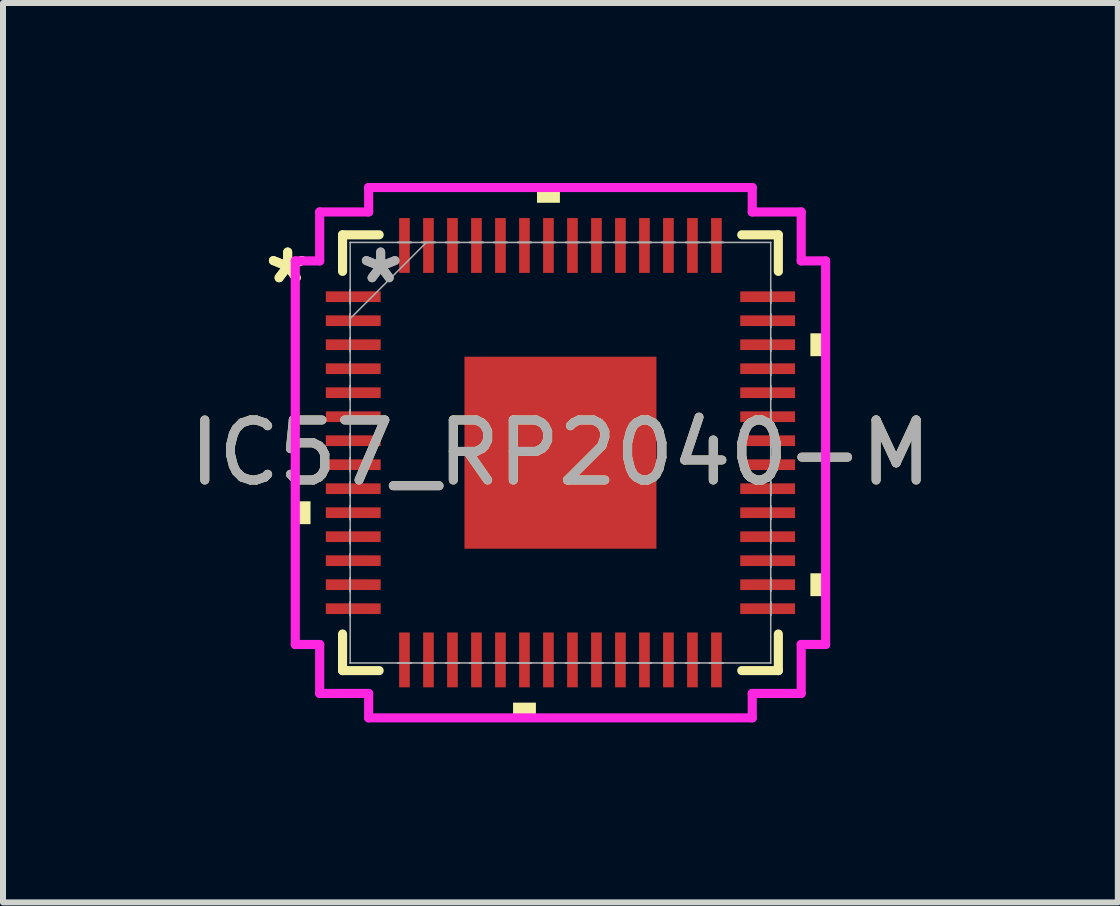
<source format=kicad_pcb>
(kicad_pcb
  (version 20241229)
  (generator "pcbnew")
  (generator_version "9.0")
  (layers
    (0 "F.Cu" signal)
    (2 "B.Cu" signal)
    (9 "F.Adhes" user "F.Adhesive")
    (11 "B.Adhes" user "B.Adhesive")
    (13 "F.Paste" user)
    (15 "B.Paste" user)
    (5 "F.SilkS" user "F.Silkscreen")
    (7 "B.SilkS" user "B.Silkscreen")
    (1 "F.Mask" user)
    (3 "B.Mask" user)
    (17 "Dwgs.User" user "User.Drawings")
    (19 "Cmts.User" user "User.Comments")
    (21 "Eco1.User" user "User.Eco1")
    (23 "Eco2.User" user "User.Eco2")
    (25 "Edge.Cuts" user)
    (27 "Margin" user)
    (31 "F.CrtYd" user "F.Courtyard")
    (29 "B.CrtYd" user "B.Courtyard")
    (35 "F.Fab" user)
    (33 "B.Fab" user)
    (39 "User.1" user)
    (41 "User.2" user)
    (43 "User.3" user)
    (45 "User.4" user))
  (footprint "IC57_RP2040-M"
    (layer "F.Cu")
    (at 6.292 4.496)
    (property "Reference" "IC57_RP2040-M" (at 0 0 0) (unlocked yes) (layer "F.SilkS") (effects (font (size 1 1) (thickness 0.15))))
    (attr smd)
    (fp_line (start -3.632 -3.632) (end -3.632 -3.022) (stroke (width 0.152) (type solid)) (layer "F.SilkS"))
    (fp_line (start -3.632 3.022) (end -3.632 3.632) (stroke (width 0.152) (type solid)) (layer "F.SilkS"))
    (fp_line (start -3.632 3.632) (end -3.022 3.632) (stroke (width 0.152) (type solid)) (layer "F.SilkS"))
    (fp_line (start -3.022 -3.632) (end -3.632 -3.632) (stroke (width 0.152) (type solid)) (layer "F.SilkS"))
    (fp_line (start 3.022 3.632) (end 3.632 3.632) (stroke (width 0.152) (type solid)) (layer "F.SilkS"))
    (fp_line (start 3.632 -3.632) (end 3.022 -3.632) (stroke (width 0.152) (type solid)) (layer "F.SilkS"))
    (fp_line (start 3.632 -3.022) (end 3.632 -3.632) (stroke (width 0.152) (type solid)) (layer "F.SilkS"))
    (fp_line (start 3.632 3.632) (end 3.632 3.022) (stroke (width 0.152) (type solid)) (layer "F.SilkS"))
    (fp_poly (pts (xy -4.42 0.81) (xy -4.42 1.191) (xy -4.166 1.191) (xy -4.166 0.81)) (stroke (width 0) (type solid)) (fill yes) (layer "F.SilkS"))
    (fp_poly (pts (xy -0.79 4.166) (xy -0.79 4.42) (xy -0.409 4.42) (xy -0.409 4.166)) (stroke (width 0) (type solid)) (fill yes) (layer "F.SilkS"))
    (fp_poly (pts (xy -0.391 -4.166) (xy -0.391 -4.42) (xy -0.009 -4.42) (xy -0.009 -4.166)) (stroke (width 0) (type solid)) (fill yes) (layer "F.SilkS"))
    (fp_poly (pts (xy 4.42 -1.99) (xy 4.42 -1.609) (xy 4.166 -1.609) (xy 4.166 -1.99)) (stroke (width 0) (type solid)) (fill yes) (layer "F.SilkS"))
    (fp_poly (pts (xy 4.42 2.01) (xy 4.42 2.391) (xy 4.166 2.391) (xy 4.166 2.01)) (stroke (width 0) (type solid)) (fill yes) (layer "F.SilkS"))
    (fp_poly (pts (xy -1.5 -1.5) (xy -1.5 -0.1) (xy -0.1 -0.1) (xy -0.1 -1.5)) (stroke (width 0) (type solid)) (fill yes) (layer "F.Paste"))
    (fp_poly (pts (xy -1.5 0.1) (xy -1.5 1.5) (xy -0.1 1.5) (xy -0.1 0.1)) (stroke (width 0) (type solid)) (fill yes) (layer "F.Paste"))
    (fp_poly (pts (xy 0.1 -1.5) (xy 0.1 -0.1) (xy 1.5 -0.1) (xy 1.5 -1.5)) (stroke (width 0) (type solid)) (fill yes) (layer "F.Paste"))
    (fp_poly (pts (xy 0.1 0.1) (xy 0.1 1.5) (xy 1.5 1.5) (xy 1.5 0.1)) (stroke (width 0) (type solid)) (fill yes) (layer "F.Paste"))
    (fp_line (start -4.42 -3.197) (end -4.013 -3.197) (stroke (width 0.152) (type solid)) (layer "F.CrtYd"))
    (fp_line (start -4.42 3.197) (end -4.42 -3.197) (stroke (width 0.152) (type solid)) (layer "F.CrtYd"))
    (fp_line (start -4.013 -4.013) (end -3.197 -4.013) (stroke (width 0.152) (type solid)) (layer "F.CrtYd"))
    (fp_line (start -4.013 -3.197) (end -4.013 -4.013) (stroke (width 0.152) (type solid)) (layer "F.CrtYd"))
    (fp_line (start -4.013 3.197) (end -4.42 3.197) (stroke (width 0.152) (type solid)) (layer "F.CrtYd"))
    (fp_line (start -4.013 4.013) (end -4.013 3.197) (stroke (width 0.152) (type solid)) (layer "F.CrtYd"))
    (fp_line (start -3.197 -4.42) (end 3.197 -4.42) (stroke (width 0.152) (type solid)) (layer "F.CrtYd"))
    (fp_line (start -3.197 -4.013) (end -3.197 -4.42) (stroke (width 0.152) (type solid)) (layer "F.CrtYd"))
    (fp_line (start -3.197 4.013) (end -4.013 4.013) (stroke (width 0.152) (type solid)) (layer "F.CrtYd"))
    (fp_line (start -3.197 4.42) (end -3.197 4.013) (stroke (width 0.152) (type solid)) (layer "F.CrtYd"))
    (fp_line (start 3.197 -4.42) (end 3.197 -4.013) (stroke (width 0.152) (type solid)) (layer "F.CrtYd"))
    (fp_line (start 3.197 -4.013) (end 4.013 -4.013) (stroke (width 0.152) (type solid)) (layer "F.CrtYd"))
    (fp_line (start 3.197 4.013) (end 3.197 4.42) (stroke (width 0.152) (type solid)) (layer "F.CrtYd"))
    (fp_line (start 3.197 4.42) (end -3.197 4.42) (stroke (width 0.152) (type solid)) (layer "F.CrtYd"))
    (fp_line (start 4.013 -4.013) (end 4.013 -3.197) (stroke (width 0.152) (type solid)) (layer "F.CrtYd"))
    (fp_line (start 4.013 -3.197) (end 4.42 -3.197) (stroke (width 0.152) (type solid)) (layer "F.CrtYd"))
    (fp_line (start 4.013 3.197) (end 4.013 4.013) (stroke (width 0.152) (type solid)) (layer "F.CrtYd"))
    (fp_line (start 4.013 4.013) (end 3.197 4.013) (stroke (width 0.152) (type solid)) (layer "F.CrtYd"))
    (fp_line (start 4.42 -3.197) (end 4.42 3.197) (stroke (width 0.152) (type solid)) (layer "F.CrtYd"))
    (fp_line (start 4.42 3.197) (end 4.013 3.197) (stroke (width 0.152) (type solid)) (layer "F.CrtYd"))
    (fp_line (start -3.505 -3.505) (end -3.505 -3.505) (stroke (width 0.025) (type solid)) (layer "F.Fab"))
    (fp_line (start -3.505 -3.505) (end -3.505 3.505) (stroke (width 0.025) (type solid)) (layer "F.Fab"))
    (fp_line (start -3.505 -2.714) (end -3.505 -2.714) (stroke (width 0.025) (type solid)) (layer "F.Fab"))
    (fp_line (start -3.505 -2.714) (end -3.505 -2.486) (stroke (width 0.025) (type solid)) (layer "F.Fab"))
    (fp_line (start -3.505 -2.486) (end -3.505 -2.714) (stroke (width 0.025) (type solid)) (layer "F.Fab"))
    (fp_line (start -3.505 -2.486) (end -3.505 -2.486) (stroke (width 0.025) (type solid)) (layer "F.Fab"))
    (fp_line (start -3.505 -2.314) (end -3.505 -2.314) (stroke (width 0.025) (type solid)) (layer "F.Fab"))
    (fp_line (start -3.505 -2.314) (end -3.505 -2.086) (stroke (width 0.025) (type solid)) (layer "F.Fab"))
    (fp_line (start -3.505 -2.235) (end -2.235 -3.505) (stroke (width 0.025) (type solid)) (layer "F.Fab"))
    (fp_line (start -3.505 -2.086) (end -3.505 -2.314) (stroke (width 0.025) (type solid)) (layer "F.Fab"))
    (fp_line (start -3.505 -2.086) (end -3.505 -2.086) (stroke (width 0.025) (type solid)) (layer "F.Fab"))
    (fp_line (start -3.505 -1.914) (end -3.505 -1.914) (stroke (width 0.025) (type solid)) (layer "F.Fab"))
    (fp_line (start -3.505 -1.914) (end -3.505 -1.686) (stroke (width 0.025) (type solid)) (layer "F.Fab"))
    (fp_line (start -3.505 -1.686) (end -3.505 -1.914) (stroke (width 0.025) (type solid)) (layer "F.Fab"))
    (fp_line (start -3.505 -1.686) (end -3.505 -1.686) (stroke (width 0.025) (type solid)) (layer "F.Fab"))
    (fp_line (start -3.505 -1.514) (end -3.505 -1.514) (stroke (width 0.025) (type solid)) (layer "F.Fab"))
    (fp_line (start -3.505 -1.514) (end -3.505 -1.286) (stroke (width 0.025) (type solid)) (layer "F.Fab"))
    (fp_line (start -3.505 -1.286) (end -3.505 -1.514) (stroke (width 0.025) (type solid)) (layer "F.Fab"))
    (fp_line (start -3.505 -1.286) (end -3.505 -1.286) (stroke (width 0.025) (type solid)) (layer "F.Fab"))
    (fp_line (start -3.505 -1.114) (end -3.505 -1.114) (stroke (width 0.025) (type solid)) (layer "F.Fab"))
    (fp_line (start -3.505 -1.114) (end -3.505 -0.886) (stroke (width 0.025) (type solid)) (layer "F.Fab"))
    (fp_line (start -3.505 -0.886) (end -3.505 -1.114) (stroke (width 0.025) (type solid)) (layer "F.Fab"))
    (fp_line (start -3.505 -0.886) (end -3.505 -0.886) (stroke (width 0.025) (type solid)) (layer "F.Fab"))
    (fp_line (start -3.505 -0.714) (end -3.505 -0.714) (stroke (width 0.025) (type solid)) (layer "F.Fab"))
    (fp_line (start -3.505 -0.714) (end -3.505 -0.486) (stroke (width 0.025) (type solid)) (layer "F.Fab"))
    (fp_line (start -3.505 -0.486) (end -3.505 -0.714) (stroke (width 0.025) (type solid)) (layer "F.Fab"))
    (fp_line (start -3.505 -0.486) (end -3.505 -0.486) (stroke (width 0.025) (type solid)) (layer "F.Fab"))
    (fp_line (start -3.505 -0.314) (end -3.505 -0.314) (stroke (width 0.025) (type solid)) (layer "F.Fab"))
    (fp_line (start -3.505 -0.314) (end -3.505 -0.086) (stroke (width 0.025) (type solid)) (layer "F.Fab"))
    (fp_line (start -3.505 -0.086) (end -3.505 -0.314) (stroke (width 0.025) (type solid)) (layer "F.Fab"))
    (fp_line (start -3.505 -0.086) (end -3.505 -0.086) (stroke (width 0.025) (type solid)) (layer "F.Fab"))
    (fp_line (start -3.505 0.086) (end -3.505 0.086) (stroke (width 0.025) (type solid)) (layer "F.Fab"))
    (fp_line (start -3.505 0.086) (end -3.505 0.314) (stroke (width 0.025) (type solid)) (layer "F.Fab"))
    (fp_line (start -3.505 0.314) (end -3.505 0.086) (stroke (width 0.025) (type solid)) (layer "F.Fab"))
    (fp_line (start -3.505 0.314) (end -3.505 0.314) (stroke (width 0.025) (type solid)) (layer "F.Fab"))
    (fp_line (start -3.505 0.486) (end -3.505 0.486) (stroke (width 0.025) (type solid)) (layer "F.Fab"))
    (fp_line (start -3.505 0.486) (end -3.505 0.714) (stroke (width 0.025) (type solid)) (layer "F.Fab"))
    (fp_line (start -3.505 0.714) (end -3.505 0.486) (stroke (width 0.025) (type solid)) (layer "F.Fab"))
    (fp_line (start -3.505 0.714) (end -3.505 0.714) (stroke (width 0.025) (type solid)) (layer "F.Fab"))
    (fp_line (start -3.505 0.886) (end -3.505 0.886) (stroke (width 0.025) (type solid)) (layer "F.Fab"))
    (fp_line (start -3.505 0.886) (end -3.505 1.114) (stroke (width 0.025) (type solid)) (layer "F.Fab"))
    (fp_line (start -3.505 1.114) (end -3.505 0.886) (stroke (width 0.025) (type solid)) (layer "F.Fab"))
    (fp_line (start -3.505 1.114) (end -3.505 1.114) (stroke (width 0.025) (type solid)) (layer "F.Fab"))
    (fp_line (start -3.505 1.286) (end -3.505 1.286) (stroke (width 0.025) (type solid)) (layer "F.Fab"))
    (fp_line (start -3.505 1.286) (end -3.505 1.514) (stroke (width 0.025) (type solid)) (layer "F.Fab"))
    (fp_line (start -3.505 1.514) (end -3.505 1.286) (stroke (width 0.025) (type solid)) (layer "F.Fab"))
    (fp_line (start -3.505 1.514) (end -3.505 1.514) (stroke (width 0.025) (type solid)) (layer "F.Fab"))
    (fp_line (start -3.505 1.686) (end -3.505 1.686) (stroke (width 0.025) (type solid)) (layer "F.Fab"))
    (fp_line (start -3.505 1.686) (end -3.505 1.914) (stroke (width 0.025) (type solid)) (layer "F.Fab"))
    (fp_line (start -3.505 1.914) (end -3.505 1.686) (stroke (width 0.025) (type solid)) (layer "F.Fab"))
    (fp_line (start -3.505 1.914) (end -3.505 1.914) (stroke (width 0.025) (type solid)) (layer "F.Fab"))
    (fp_line (start -3.505 2.086) (end -3.505 2.086) (stroke (width 0.025) (type solid)) (layer "F.Fab"))
    (fp_line (start -3.505 2.086) (end -3.505 2.314) (stroke (width 0.025) (type solid)) (layer "F.Fab"))
    (fp_line (start -3.505 2.314) (end -3.505 2.086) (stroke (width 0.025) (type solid)) (layer "F.Fab"))
    (fp_line (start -3.505 2.314) (end -3.505 2.314) (stroke (width 0.025) (type solid)) (layer "F.Fab"))
    (fp_line (start -3.505 2.486) (end -3.505 2.486) (stroke (width 0.025) (type solid)) (layer "F.Fab"))
    (fp_line (start -3.505 2.486) (end -3.505 2.714) (stroke (width 0.025) (type solid)) (layer "F.Fab"))
    (fp_line (start -3.505 2.714) (end -3.505 2.486) (stroke (width 0.025) (type solid)) (layer "F.Fab"))
    (fp_line (start -3.505 2.714) (end -3.505 2.714) (stroke (width 0.025) (type solid)) (layer "F.Fab"))
    (fp_line (start -3.505 3.505) (end -3.505 3.505) (stroke (width 0.025) (type solid)) (layer "F.Fab"))
    (fp_line (start -3.505 3.505) (end 3.505 3.505) (stroke (width 0.025) (type solid)) (layer "F.Fab"))
    (fp_line (start -2.714 -3.505) (end -2.714 -3.505) (stroke (width 0.025) (type solid)) (layer "F.Fab"))
    (fp_line (start -2.714 -3.505) (end -2.486 -3.505) (stroke (width 0.025) (type solid)) (layer "F.Fab"))
    (fp_line (start -2.714 3.505) (end -2.714 3.505) (stroke (width 0.025) (type solid)) (layer "F.Fab"))
    (fp_line (start -2.714 3.505) (end -2.486 3.505) (stroke (width 0.025) (type solid)) (layer "F.Fab"))
    (fp_line (start -2.486 -3.505) (end -2.714 -3.505) (stroke (width 0.025) (type solid)) (layer "F.Fab"))
    (fp_line (start -2.486 -3.505) (end -2.486 -3.505) (stroke (width 0.025) (type solid)) (layer "F.Fab"))
    (fp_line (start -2.486 3.505) (end -2.714 3.505) (stroke (width 0.025) (type solid)) (layer "F.Fab"))
    (fp_line (start -2.486 3.505) (end -2.486 3.505) (stroke (width 0.025) (type solid)) (layer "F.Fab"))
    (fp_line (start -2.314 -3.505) (end -2.314 -3.505) (stroke (width 0.025) (type solid)) (layer "F.Fab"))
    (fp_line (start -2.314 -3.505) (end -2.086 -3.505) (stroke (width 0.025) (type solid)) (layer "F.Fab"))
    (fp_line (start -2.314 3.505) (end -2.314 3.505) (stroke (width 0.025) (type solid)) (layer "F.Fab"))
    (fp_line (start -2.314 3.505) (end -2.086 3.505) (stroke (width 0.025) (type solid)) (layer "F.Fab"))
    (fp_line (start -2.086 -3.505) (end -2.314 -3.505) (stroke (width 0.025) (type solid)) (layer "F.Fab"))
    (fp_line (start -2.086 -3.505) (end -2.086 -3.505) (stroke (width 0.025) (type solid)) (layer "F.Fab"))
    (fp_line (start -2.086 3.505) (end -2.314 3.505) (stroke (width 0.025) (type solid)) (layer "F.Fab"))
    (fp_line (start -2.086 3.505) (end -2.086 3.505) (stroke (width 0.025) (type solid)) (layer "F.Fab"))
    (fp_line (start -1.914 -3.505) (end -1.914 -3.505) (stroke (width 0.025) (type solid)) (layer "F.Fab"))
    (fp_line (start -1.914 -3.505) (end -1.686 -3.505) (stroke (width 0.025) (type solid)) (layer "F.Fab"))
    (fp_line (start -1.914 3.505) (end -1.914 3.505) (stroke (width 0.025) (type solid)) (layer "F.Fab"))
    (fp_line (start -1.914 3.505) (end -1.686 3.505) (stroke (width 0.025) (type solid)) (layer "F.Fab"))
    (fp_line (start -1.686 -3.505) (end -1.914 -3.505) (stroke (width 0.025) (type solid)) (layer "F.Fab"))
    (fp_line (start -1.686 -3.505) (end -1.686 -3.505) (stroke (width 0.025) (type solid)) (layer "F.Fab"))
    (fp_line (start -1.686 3.505) (end -1.914 3.505) (stroke (width 0.025) (type solid)) (layer "F.Fab"))
    (fp_line (start -1.686 3.505) (end -1.686 3.505) (stroke (width 0.025) (type solid)) (layer "F.Fab"))
    (fp_line (start -1.514 -3.505) (end -1.514 -3.505) (stroke (width 0.025) (type solid)) (layer "F.Fab"))
    (fp_line (start -1.514 -3.505) (end -1.286 -3.505) (stroke (width 0.025) (type solid)) (layer "F.Fab"))
    (fp_line (start -1.514 3.505) (end -1.514 3.505) (stroke (width 0.025) (type solid)) (layer "F.Fab"))
    (fp_line (start -1.514 3.505) (end -1.286 3.505) (stroke (width 0.025) (type solid)) (layer "F.Fab"))
    (fp_line (start -1.286 -3.505) (end -1.514 -3.505) (stroke (width 0.025) (type solid)) (layer "F.Fab"))
    (fp_line (start -1.286 -3.505) (end -1.286 -3.505) (stroke (width 0.025) (type solid)) (layer "F.Fab"))
    (fp_line (start -1.286 3.505) (end -1.514 3.505) (stroke (width 0.025) (type solid)) (layer "F.Fab"))
    (fp_line (start -1.286 3.505) (end -1.286 3.505) (stroke (width 0.025) (type solid)) (layer "F.Fab"))
    (fp_line (start -1.114 -3.505) (end -1.114 -3.505) (stroke (width 0.025) (type solid)) (layer "F.Fab"))
    (fp_line (start -1.114 -3.505) (end -0.886 -3.505) (stroke (width 0.025) (type solid)) (layer "F.Fab"))
    (fp_line (start -1.114 3.505) (end -1.114 3.505) (stroke (width 0.025) (type solid)) (layer "F.Fab"))
    (fp_line (start -1.114 3.505) (end -0.886 3.505) (stroke (width 0.025) (type solid)) (layer "F.Fab"))
    (fp_line (start -0.886 -3.505) (end -1.114 -3.505) (stroke (width 0.025) (type solid)) (layer "F.Fab"))
    (fp_line (start -0.886 -3.505) (end -0.886 -3.505) (stroke (width 0.025) (type solid)) (layer "F.Fab"))
    (fp_line (start -0.886 3.505) (end -1.114 3.505) (stroke (width 0.025) (type solid)) (layer "F.Fab"))
    (fp_line (start -0.886 3.505) (end -0.886 3.505) (stroke (width 0.025) (type solid)) (layer "F.Fab"))
    (fp_line (start -0.714 -3.505) (end -0.714 -3.505) (stroke (width 0.025) (type solid)) (layer "F.Fab"))
    (fp_line (start -0.714 -3.505) (end -0.486 -3.505) (stroke (width 0.025) (type solid)) (layer "F.Fab"))
    (fp_line (start -0.714 3.505) (end -0.714 3.505) (stroke (width 0.025) (type solid)) (layer "F.Fab"))
    (fp_line (start -0.714 3.505) (end -0.486 3.505) (stroke (width 0.025) (type solid)) (layer "F.Fab"))
    (fp_line (start -0.486 -3.505) (end -0.714 -3.505) (stroke (width 0.025) (type solid)) (layer "F.Fab"))
    (fp_line (start -0.486 -3.505) (end -0.486 -3.505) (stroke (width 0.025) (type solid)) (layer "F.Fab"))
    (fp_line (start -0.486 3.505) (end -0.714 3.505) (stroke (width 0.025) (type solid)) (layer "F.Fab"))
    (fp_line (start -0.486 3.505) (end -0.486 3.505) (stroke (width 0.025) (type solid)) (layer "F.Fab"))
    (fp_line (start -0.314 -3.505) (end -0.314 -3.505) (stroke (width 0.025) (type solid)) (layer "F.Fab"))
    (fp_line (start -0.314 -3.505) (end -0.086 -3.505) (stroke (width 0.025) (type solid)) (layer "F.Fab"))
    (fp_line (start -0.314 3.505) (end -0.314 3.505) (stroke (width 0.025) (type solid)) (layer "F.Fab"))
    (fp_line (start -0.314 3.505) (end -0.086 3.505) (stroke (width 0.025) (type solid)) (layer "F.Fab"))
    (fp_line (start -0.086 -3.505) (end -0.314 -3.505) (stroke (width 0.025) (type solid)) (layer "F.Fab"))
    (fp_line (start -0.086 -3.505) (end -0.086 -3.505) (stroke (width 0.025) (type solid)) (layer "F.Fab"))
    (fp_line (start -0.086 3.505) (end -0.314 3.505) (stroke (width 0.025) (type solid)) (layer "F.Fab"))
    (fp_line (start -0.086 3.505) (end -0.086 3.505) (stroke (width 0.025) (type solid)) (layer "F.Fab"))
    (fp_line (start 0.086 -3.505) (end 0.086 -3.505) (stroke (width 0.025) (type solid)) (layer "F.Fab"))
    (fp_line (start 0.086 -3.505) (end 0.314 -3.505) (stroke (width 0.025) (type solid)) (layer "F.Fab"))
    (fp_line (start 0.086 3.505) (end 0.086 3.505) (stroke (width 0.025) (type solid)) (layer "F.Fab"))
    (fp_line (start 0.086 3.505) (end 0.314 3.505) (stroke (width 0.025) (type solid)) (layer "F.Fab"))
    (fp_line (start 0.314 -3.505) (end 0.086 -3.505) (stroke (width 0.025) (type solid)) (layer "F.Fab"))
    (fp_line (start 0.314 -3.505) (end 0.314 -3.505) (stroke (width 0.025) (type solid)) (layer "F.Fab"))
    (fp_line (start 0.314 3.505) (end 0.086 3.505) (stroke (width 0.025) (type solid)) (layer "F.Fab"))
    (fp_line (start 0.314 3.505) (end 0.314 3.505) (stroke (width 0.025) (type solid)) (layer "F.Fab"))
    (fp_line (start 0.486 -3.505) (end 0.486 -3.505) (stroke (width 0.025) (type solid)) (layer "F.Fab"))
    (fp_line (start 0.486 -3.505) (end 0.714 -3.505) (stroke (width 0.025) (type solid)) (layer "F.Fab"))
    (fp_line (start 0.486 3.505) (end 0.486 3.505) (stroke (width 0.025) (type solid)) (layer "F.Fab"))
    (fp_line (start 0.486 3.505) (end 0.714 3.505) (stroke (width 0.025) (type solid)) (layer "F.Fab"))
    (fp_line (start 0.714 -3.505) (end 0.486 -3.505) (stroke (width 0.025) (type solid)) (layer "F.Fab"))
    (fp_line (start 0.714 -3.505) (end 0.714 -3.505) (stroke (width 0.025) (type solid)) (layer "F.Fab"))
    (fp_line (start 0.714 3.505) (end 0.486 3.505) (stroke (width 0.025) (type solid)) (layer "F.Fab"))
    (fp_line (start 0.714 3.505) (end 0.714 3.505) (stroke (width 0.025) (type solid)) (layer "F.Fab"))
    (fp_line (start 0.886 -3.505) (end 0.886 -3.505) (stroke (width 0.025) (type solid)) (layer "F.Fab"))
    (fp_line (start 0.886 -3.505) (end 1.114 -3.505) (stroke (width 0.025) (type solid)) (layer "F.Fab"))
    (fp_line (start 0.886 3.505) (end 0.886 3.505) (stroke (width 0.025) (type solid)) (layer "F.Fab"))
    (fp_line (start 0.886 3.505) (end 1.114 3.505) (stroke (width 0.025) (type solid)) (layer "F.Fab"))
    (fp_line (start 1.114 -3.505) (end 0.886 -3.505) (stroke (width 0.025) (type solid)) (layer "F.Fab"))
    (fp_line (start 1.114 -3.505) (end 1.114 -3.505) (stroke (width 0.025) (type solid)) (layer "F.Fab"))
    (fp_line (start 1.114 3.505) (end 0.886 3.505) (stroke (width 0.025) (type solid)) (layer "F.Fab"))
    (fp_line (start 1.114 3.505) (end 1.114 3.505) (stroke (width 0.025) (type solid)) (layer "F.Fab"))
    (fp_line (start 1.286 -3.505) (end 1.286 -3.505) (stroke (width 0.025) (type solid)) (layer "F.Fab"))
    (fp_line (start 1.286 -3.505) (end 1.514 -3.505) (stroke (width 0.025) (type solid)) (layer "F.Fab"))
    (fp_line (start 1.286 3.505) (end 1.286 3.505) (stroke (width 0.025) (type solid)) (layer "F.Fab"))
    (fp_line (start 1.286 3.505) (end 1.514 3.505) (stroke (width 0.025) (type solid)) (layer "F.Fab"))
    (fp_line (start 1.514 -3.505) (end 1.286 -3.505) (stroke (width 0.025) (type solid)) (layer "F.Fab"))
    (fp_line (start 1.514 -3.505) (end 1.514 -3.505) (stroke (width 0.025) (type solid)) (layer "F.Fab"))
    (fp_line (start 1.514 3.505) (end 1.286 3.505) (stroke (width 0.025) (type solid)) (layer "F.Fab"))
    (fp_line (start 1.514 3.505) (end 1.514 3.505) (stroke (width 0.025) (type solid)) (layer "F.Fab"))
    (fp_line (start 1.686 -3.505) (end 1.686 -3.505) (stroke (width 0.025) (type solid)) (layer "F.Fab"))
    (fp_line (start 1.686 -3.505) (end 1.914 -3.505) (stroke (width 0.025) (type solid)) (layer "F.Fab"))
    (fp_line (start 1.686 3.505) (end 1.686 3.505) (stroke (width 0.025) (type solid)) (layer "F.Fab"))
    (fp_line (start 1.686 3.505) (end 1.914 3.505) (stroke (width 0.025) (type solid)) (layer "F.Fab"))
    (fp_line (start 1.914 -3.505) (end 1.686 -3.505) (stroke (width 0.025) (type solid)) (layer "F.Fab"))
    (fp_line (start 1.914 -3.505) (end 1.914 -3.505) (stroke (width 0.025) (type solid)) (layer "F.Fab"))
    (fp_line (start 1.914 3.505) (end 1.686 3.505) (stroke (width 0.025) (type solid)) (layer "F.Fab"))
    (fp_line (start 1.914 3.505) (end 1.914 3.505) (stroke (width 0.025) (type solid)) (layer "F.Fab"))
    (fp_line (start 2.086 -3.505) (end 2.086 -3.505) (stroke (width 0.025) (type solid)) (layer "F.Fab"))
    (fp_line (start 2.086 -3.505) (end 2.314 -3.505) (stroke (width 0.025) (type solid)) (layer "F.Fab"))
    (fp_line (start 2.086 3.505) (end 2.086 3.505) (stroke (width 0.025) (type solid)) (layer "F.Fab"))
    (fp_line (start 2.086 3.505) (end 2.314 3.505) (stroke (width 0.025) (type solid)) (layer "F.Fab"))
    (fp_line (start 2.314 -3.505) (end 2.086 -3.505) (stroke (width 0.025) (type solid)) (layer "F.Fab"))
    (fp_line (start 2.314 -3.505) (end 2.314 -3.505) (stroke (width 0.025) (type solid)) (layer "F.Fab"))
    (fp_line (start 2.314 3.505) (end 2.086 3.505) (stroke (width 0.025) (type solid)) (layer "F.Fab"))
    (fp_line (start 2.314 3.505) (end 2.314 3.505) (stroke (width 0.025) (type solid)) (layer "F.Fab"))
    (fp_line (start 2.486 -3.505) (end 2.486 -3.505) (stroke (width 0.025) (type solid)) (layer "F.Fab"))
    (fp_line (start 2.486 -3.505) (end 2.714 -3.505) (stroke (width 0.025) (type solid)) (layer "F.Fab"))
    (fp_line (start 2.486 3.505) (end 2.486 3.505) (stroke (width 0.025) (type solid)) (layer "F.Fab"))
    (fp_line (start 2.486 3.505) (end 2.714 3.505) (stroke (width 0.025) (type solid)) (layer "F.Fab"))
    (fp_line (start 2.714 -3.505) (end 2.486 -3.505) (stroke (width 0.025) (type solid)) (layer "F.Fab"))
    (fp_line (start 2.714 -3.505) (end 2.714 -3.505) (stroke (width 0.025) (type solid)) (layer "F.Fab"))
    (fp_line (start 2.714 3.505) (end 2.486 3.505) (stroke (width 0.025) (type solid)) (layer "F.Fab"))
    (fp_line (start 2.714 3.505) (end 2.714 3.505) (stroke (width 0.025) (type solid)) (layer "F.Fab"))
    (fp_line (start 3.505 -3.505) (end -3.505 -3.505) (stroke (width 0.025) (type solid)) (layer "F.Fab"))
    (fp_line (start 3.505 -3.505) (end 3.505 -3.505) (stroke (width 0.025) (type solid)) (layer "F.Fab"))
    (fp_line (start 3.505 -2.714) (end 3.505 -2.714) (stroke (width 0.025) (type solid)) (layer "F.Fab"))
    (fp_line (start 3.505 -2.714) (end 3.505 -2.486) (stroke (width 0.025) (type solid)) (layer "F.Fab"))
    (fp_line (start 3.505 -2.486) (end 3.505 -2.714) (stroke (width 0.025) (type solid)) (layer "F.Fab"))
    (fp_line (start 3.505 -2.486) (end 3.505 -2.486) (stroke (width 0.025) (type solid)) (layer "F.Fab"))
    (fp_line (start 3.505 -2.314) (end 3.505 -2.314) (stroke (width 0.025) (type solid)) (layer "F.Fab"))
    (fp_line (start 3.505 -2.314) (end 3.505 -2.086) (stroke (width 0.025) (type solid)) (layer "F.Fab"))
    (fp_line (start 3.505 -2.086) (end 3.505 -2.314) (stroke (width 0.025) (type solid)) (layer "F.Fab"))
    (fp_line (start 3.505 -2.086) (end 3.505 -2.086) (stroke (width 0.025) (type solid)) (layer "F.Fab"))
    (fp_line (start 3.505 -1.914) (end 3.505 -1.914) (stroke (width 0.025) (type solid)) (layer "F.Fab"))
    (fp_line (start 3.505 -1.914) (end 3.505 -1.686) (stroke (width 0.025) (type solid)) (layer "F.Fab"))
    (fp_line (start 3.505 -1.686) (end 3.505 -1.914) (stroke (width 0.025) (type solid)) (layer "F.Fab"))
    (fp_line (start 3.505 -1.686) (end 3.505 -1.686) (stroke (width 0.025) (type solid)) (layer "F.Fab"))
    (fp_line (start 3.505 -1.514) (end 3.505 -1.514) (stroke (width 0.025) (type solid)) (layer "F.Fab"))
    (fp_line (start 3.505 -1.514) (end 3.505 -1.286) (stroke (width 0.025) (type solid)) (layer "F.Fab"))
    (fp_line (start 3.505 -1.286) (end 3.505 -1.514) (stroke (width 0.025) (type solid)) (layer "F.Fab"))
    (fp_line (start 3.505 -1.286) (end 3.505 -1.286) (stroke (width 0.025) (type solid)) (layer "F.Fab"))
    (fp_line (start 3.505 -1.114) (end 3.505 -1.114) (stroke (width 0.025) (type solid)) (layer "F.Fab"))
    (fp_line (start 3.505 -1.114) (end 3.505 -0.886) (stroke (width 0.025) (type solid)) (layer "F.Fab"))
    (fp_line (start 3.505 -0.886) (end 3.505 -1.114) (stroke (width 0.025) (type solid)) (layer "F.Fab"))
    (fp_line (start 3.505 -0.886) (end 3.505 -0.886) (stroke (width 0.025) (type solid)) (layer "F.Fab"))
    (fp_line (start 3.505 -0.714) (end 3.505 -0.714) (stroke (width 0.025) (type solid)) (layer "F.Fab"))
    (fp_line (start 3.505 -0.714) (end 3.505 -0.486) (stroke (width 0.025) (type solid)) (layer "F.Fab"))
    (fp_line (start 3.505 -0.486) (end 3.505 -0.714) (stroke (width 0.025) (type solid)) (layer "F.Fab"))
    (fp_line (start 3.505 -0.486) (end 3.505 -0.486) (stroke (width 0.025) (type solid)) (layer "F.Fab"))
    (fp_line (start 3.505 -0.314) (end 3.505 -0.314) (stroke (width 0.025) (type solid)) (layer "F.Fab"))
    (fp_line (start 3.505 -0.314) (end 3.505 -0.086) (stroke (width 0.025) (type solid)) (layer "F.Fab"))
    (fp_line (start 3.505 -0.086) (end 3.505 -0.314) (stroke (width 0.025) (type solid)) (layer "F.Fab"))
    (fp_line (start 3.505 -0.086) (end 3.505 -0.086) (stroke (width 0.025) (type solid)) (layer "F.Fab"))
    (fp_line (start 3.505 0.086) (end 3.505 0.086) (stroke (width 0.025) (type solid)) (layer "F.Fab"))
    (fp_line (start 3.505 0.086) (end 3.505 0.314) (stroke (width 0.025) (type solid)) (layer "F.Fab"))
    (fp_line (start 3.505 0.314) (end 3.505 0.086) (stroke (width 0.025) (type solid)) (layer "F.Fab"))
    (fp_line (start 3.505 0.314) (end 3.505 0.314) (stroke (width 0.025) (type solid)) (layer "F.Fab"))
    (fp_line (start 3.505 0.486) (end 3.505 0.486) (stroke (width 0.025) (type solid)) (layer "F.Fab"))
    (fp_line (start 3.505 0.486) (end 3.505 0.714) (stroke (width 0.025) (type solid)) (layer "F.Fab"))
    (fp_line (start 3.505 0.714) (end 3.505 0.486) (stroke (width 0.025) (type solid)) (layer "F.Fab"))
    (fp_line (start 3.505 0.714) (end 3.505 0.714) (stroke (width 0.025) (type solid)) (layer "F.Fab"))
    (fp_line (start 3.505 0.886) (end 3.505 0.886) (stroke (width 0.025) (type solid)) (layer "F.Fab"))
    (fp_line (start 3.505 0.886) (end 3.505 1.114) (stroke (width 0.025) (type solid)) (layer "F.Fab"))
    (fp_line (start 3.505 1.114) (end 3.505 0.886) (stroke (width 0.025) (type solid)) (layer "F.Fab"))
    (fp_line (start 3.505 1.114) (end 3.505 1.114) (stroke (width 0.025) (type solid)) (layer "F.Fab"))
    (fp_line (start 3.505 1.286) (end 3.505 1.286) (stroke (width 0.025) (type solid)) (layer "F.Fab"))
    (fp_line (start 3.505 1.286) (end 3.505 1.514) (stroke (width 0.025) (type solid)) (layer "F.Fab"))
    (fp_line (start 3.505 1.514) (end 3.505 1.286) (stroke (width 0.025) (type solid)) (layer "F.Fab"))
    (fp_line (start 3.505 1.514) (end 3.505 1.514) (stroke (width 0.025) (type solid)) (layer "F.Fab"))
    (fp_line (start 3.505 1.686) (end 3.505 1.686) (stroke (width 0.025) (type solid)) (layer "F.Fab"))
    (fp_line (start 3.505 1.686) (end 3.505 1.914) (stroke (width 0.025) (type solid)) (layer "F.Fab"))
    (fp_line (start 3.505 1.914) (end 3.505 1.686) (stroke (width 0.025) (type solid)) (layer "F.Fab"))
    (fp_line (start 3.505 1.914) (end 3.505 1.914) (stroke (width 0.025) (type solid)) (layer "F.Fab"))
    (fp_line (start 3.505 2.086) (end 3.505 2.086) (stroke (width 0.025) (type solid)) (layer "F.Fab"))
    (fp_line (start 3.505 2.086) (end 3.505 2.314) (stroke (width 0.025) (type solid)) (layer "F.Fab"))
    (fp_line (start 3.505 2.314) (end 3.505 2.086) (stroke (width 0.025) (type solid)) (layer "F.Fab"))
    (fp_line (start 3.505 2.314) (end 3.505 2.314) (stroke (width 0.025) (type solid)) (layer "F.Fab"))
    (fp_line (start 3.505 2.486) (end 3.505 2.486) (stroke (width 0.025) (type solid)) (layer "F.Fab"))
    (fp_line (start 3.505 2.486) (end 3.505 2.714) (stroke (width 0.025) (type solid)) (layer "F.Fab"))
    (fp_line (start 3.505 2.714) (end 3.505 2.486) (stroke (width 0.025) (type solid)) (layer "F.Fab"))
    (fp_line (start 3.505 2.714) (end 3.505 2.714) (stroke (width 0.025) (type solid)) (layer "F.Fab"))
    (fp_line (start 3.505 3.505) (end 3.505 -3.505) (stroke (width 0.025) (type solid)) (layer "F.Fab"))
    (fp_line (start 3.505 3.505) (end 3.505 3.505) (stroke (width 0.025) (type solid)) (layer "F.Fab"))
    (fp_text user "*" (at -4.547 -2.8 0) (unlocked yes) (layer "F.SilkS") (effects (font (size 1 1) (thickness 0.15))))
    (fp_text user "*" (at -4.547 -2.8 0) (layer "F.SilkS") (effects (font (size 1 1) (thickness 0.15))))
    (fp_text user "*" (at -2.997 -2.8 0) (unlocked yes) (layer "F.Fab") (effects (font (size 1 1) (thickness 0.15))))
    (fp_text user "${REFERENCE}" (at 0 0 0) (unlocked yes) (layer "F.Fab") (effects (font (size 1 1) (thickness 0.15))))
    (fp_text user "*" (at -2.997 -2.8 0) (layer "F.Fab") (effects (font (size 1 1) (thickness 0.15))))
    (pad "1" smd rect (at -3.454 -2.6 90) (size 0.178 0.914) (layers "F.Cu" "F.Mask" "F.Paste"))
    (pad "2" smd rect (at -3.454 -2.2 90) (size 0.178 0.914) (layers "F.Cu" "F.Mask" "F.Paste"))
    (pad "3" smd rect (at -3.454 -1.8 90) (size 0.178 0.914) (layers "F.Cu" "F.Mask" "F.Paste"))
    (pad "4" smd rect (at -3.454 -1.4 90) (size 0.178 0.914) (layers "F.Cu" "F.Mask" "F.Paste"))
    (pad "5" smd rect (at -3.454 -1 90) (size 0.178 0.914) (layers "F.Cu" "F.Mask" "F.Paste"))
    (pad "6" smd rect (at -3.454 -0.6 90) (size 0.178 0.914) (layers "F.Cu" "F.Mask" "F.Paste"))
    (pad "7" smd rect (at -3.454 -0.2 90) (size 0.178 0.914) (layers "F.Cu" "F.Mask" "F.Paste"))
    (pad "8" smd rect (at -3.454 0.2 90) (size 0.178 0.914) (layers "F.Cu" "F.Mask" "F.Paste"))
    (pad "9" smd rect (at -3.454 0.6 90) (size 0.178 0.914) (layers "F.Cu" "F.Mask" "F.Paste"))
    (pad "10" smd rect (at -3.454 1 90) (size 0.178 0.914) (layers "F.Cu" "F.Mask" "F.Paste"))
    (pad "11" smd rect (at -3.454 1.4 90) (size 0.178 0.914) (layers "F.Cu" "F.Mask" "F.Paste"))
    (pad "12" smd rect (at -3.454 1.8 90) (size 0.178 0.914) (layers "F.Cu" "F.Mask" "F.Paste"))
    (pad "13" smd rect (at -3.454 2.2 90) (size 0.178 0.914) (layers "F.Cu" "F.Mask" "F.Paste"))
    (pad "14" smd rect (at -3.454 2.6 90) (size 0.178 0.914) (layers "F.Cu" "F.Mask" "F.Paste"))
    (pad "15" smd rect (at -2.6 3.454) (size 0.178 0.914) (layers "F.Cu" "F.Mask" "F.Paste"))
    (pad "16" smd rect (at -2.2 3.454) (size 0.178 0.914) (layers "F.Cu" "F.Mask" "F.Paste"))
    (pad "17" smd rect (at -1.8 3.454) (size 0.178 0.914) (layers "F.Cu" "F.Mask" "F.Paste"))
    (pad "18" smd rect (at -1.4 3.454) (size 0.178 0.914) (layers "F.Cu" "F.Mask" "F.Paste"))
    (pad "19" smd rect (at -1 3.454) (size 0.178 0.914) (layers "F.Cu" "F.Mask" "F.Paste"))
    (pad "20" smd rect (at -0.6 3.454) (size 0.178 0.914) (layers "F.Cu" "F.Mask" "F.Paste"))
    (pad "21" smd rect (at -0.2 3.454) (size 0.178 0.914) (layers "F.Cu" "F.Mask" "F.Paste"))
    (pad "22" smd rect (at 0.2 3.454) (size 0.178 0.914) (layers "F.Cu" "F.Mask" "F.Paste"))
    (pad "23" smd rect (at 0.6 3.454) (size 0.178 0.914) (layers "F.Cu" "F.Mask" "F.Paste"))
    (pad "24" smd rect (at 1 3.454) (size 0.178 0.914) (layers "F.Cu" "F.Mask" "F.Paste"))
    (pad "25" smd rect (at 1.4 3.454) (size 0.178 0.914) (layers "F.Cu" "F.Mask" "F.Paste"))
    (pad "26" smd rect (at 1.8 3.454) (size 0.178 0.914) (layers "F.Cu" "F.Mask" "F.Paste"))
    (pad "27" smd rect (at 2.2 3.454) (size 0.178 0.914) (layers "F.Cu" "F.Mask" "F.Paste"))
    (pad "28" smd rect (at 2.6 3.454) (size 0.178 0.914) (layers "F.Cu" "F.Mask" "F.Paste"))
    (pad "29" smd rect (at 3.454 2.6 90) (size 0.178 0.914) (layers "F.Cu" "F.Mask" "F.Paste"))
    (pad "30" smd rect (at 3.454 2.2 90) (size 0.178 0.914) (layers "F.Cu" "F.Mask" "F.Paste"))
    (pad "31" smd rect (at 3.454 1.8 90) (size 0.178 0.914) (layers "F.Cu" "F.Mask" "F.Paste"))
    (pad "32" smd rect (at 3.454 1.4 90) (size 0.178 0.914) (layers "F.Cu" "F.Mask" "F.Paste"))
    (pad "33" smd rect (at 3.454 1 90) (size 0.178 0.914) (layers "F.Cu" "F.Mask" "F.Paste"))
    (pad "34" smd rect (at 3.454 0.6 90) (size 0.178 0.914) (layers "F.Cu" "F.Mask" "F.Paste"))
    (pad "35" smd rect (at 3.454 0.2 90) (size 0.178 0.914) (layers "F.Cu" "F.Mask" "F.Paste"))
    (pad "36" smd rect (at 3.454 -0.2 90) (size 0.178 0.914) (layers "F.Cu" "F.Mask" "F.Paste"))
    (pad "37" smd rect (at 3.454 -0.6 90) (size 0.178 0.914) (layers "F.Cu" "F.Mask" "F.Paste"))
    (pad "38" smd rect (at 3.454 -1 90) (size 0.178 0.914) (layers "F.Cu" "F.Mask" "F.Paste"))
    (pad "39" smd rect (at 3.454 -1.4 90) (size 0.178 0.914) (layers "F.Cu" "F.Mask" "F.Paste"))
    (pad "40" smd rect (at 3.454 -1.8 90) (size 0.178 0.914) (layers "F.Cu" "F.Mask" "F.Paste"))
    (pad "41" smd rect (at 3.454 -2.2 90) (size 0.178 0.914) (layers "F.Cu" "F.Mask" "F.Paste"))
    (pad "42" smd rect (at 3.454 -2.6 90) (size 0.178 0.914) (layers "F.Cu" "F.Mask" "F.Paste"))
    (pad "43" smd rect (at 2.6 -3.454) (size 0.178 0.914) (layers "F.Cu" "F.Mask" "F.Paste"))
    (pad "44" smd rect (at 2.2 -3.454) (size 0.178 0.914) (layers "F.Cu" "F.Mask" "F.Paste"))
    (pad "45" smd rect (at 1.8 -3.454) (size 0.178 0.914) (layers "F.Cu" "F.Mask" "F.Paste"))
    (pad "46" smd rect (at 1.4 -3.454) (size 0.178 0.914) (layers "F.Cu" "F.Mask" "F.Paste"))
    (pad "47" smd rect (at 1 -3.454) (size 0.178 0.914) (layers "F.Cu" "F.Mask" "F.Paste"))
    (pad "48" smd rect (at 0.6 -3.454) (size 0.178 0.914) (layers "F.Cu" "F.Mask" "F.Paste"))
    (pad "49" smd rect (at 0.2 -3.454) (size 0.178 0.914) (layers "F.Cu" "F.Mask" "F.Paste"))
    (pad "50" smd rect (at -0.2 -3.454) (size 0.178 0.914) (layers "F.Cu" "F.Mask" "F.Paste"))
    (pad "51" smd rect (at -0.6 -3.454) (size 0.178 0.914) (layers "F.Cu" "F.Mask" "F.Paste"))
    (pad "52" smd rect (at -1 -3.454) (size 0.178 0.914) (layers "F.Cu" "F.Mask" "F.Paste"))
    (pad "53" smd rect (at -1.4 -3.454) (size 0.178 0.914) (layers "F.Cu" "F.Mask" "F.Paste"))
    (pad "54" smd rect (at -1.8 -3.454) (size 0.178 0.914) (layers "F.Cu" "F.Mask" "F.Paste"))
    (pad "55" smd rect (at -2.2 -3.454) (size 0.178 0.914) (layers "F.Cu" "F.Mask" "F.Paste"))
    (pad "56" smd rect (at -2.6 -3.454) (size 0.178 0.914) (layers "F.Cu" "F.Mask" "F.Paste"))
    (pad "57" smd rect (at 0 0) (size 3.2 3.2) (layers "F.Cu" "F.Mask" "F.Paste")))
  (gr_rect
    (start -3 -3)
    (end 15.583 11.992)
    (stroke (width 0.1) (type default))
    (fill no)
    (layer "Edge.Cuts")))
</source>
